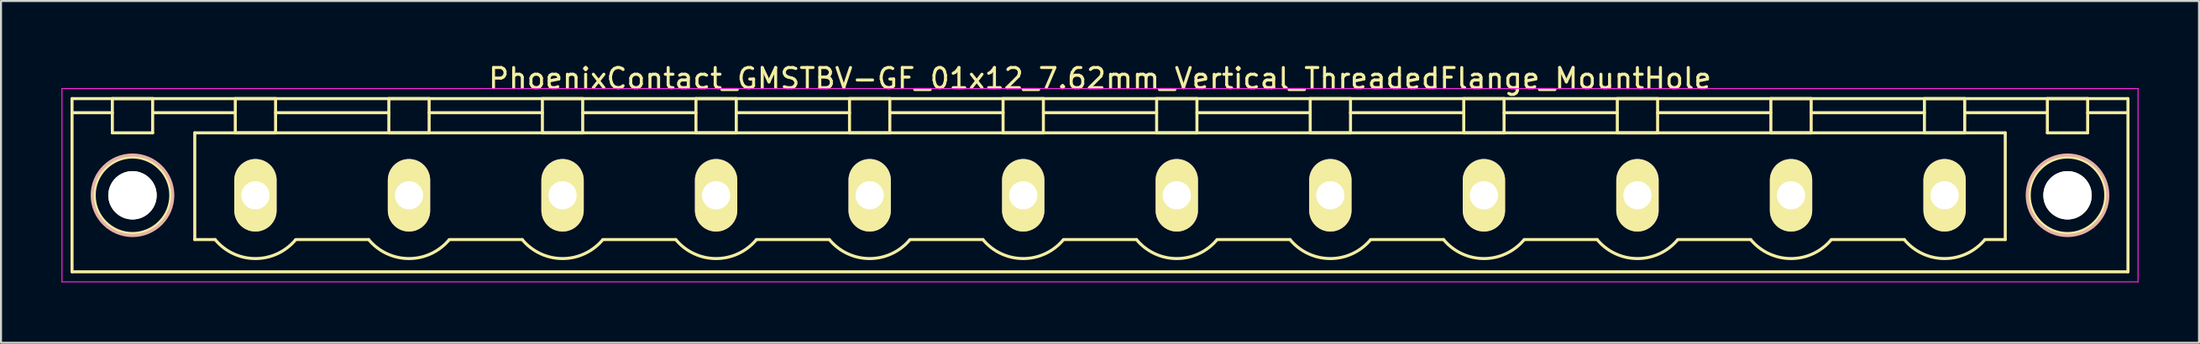
<source format=kicad_pcb>
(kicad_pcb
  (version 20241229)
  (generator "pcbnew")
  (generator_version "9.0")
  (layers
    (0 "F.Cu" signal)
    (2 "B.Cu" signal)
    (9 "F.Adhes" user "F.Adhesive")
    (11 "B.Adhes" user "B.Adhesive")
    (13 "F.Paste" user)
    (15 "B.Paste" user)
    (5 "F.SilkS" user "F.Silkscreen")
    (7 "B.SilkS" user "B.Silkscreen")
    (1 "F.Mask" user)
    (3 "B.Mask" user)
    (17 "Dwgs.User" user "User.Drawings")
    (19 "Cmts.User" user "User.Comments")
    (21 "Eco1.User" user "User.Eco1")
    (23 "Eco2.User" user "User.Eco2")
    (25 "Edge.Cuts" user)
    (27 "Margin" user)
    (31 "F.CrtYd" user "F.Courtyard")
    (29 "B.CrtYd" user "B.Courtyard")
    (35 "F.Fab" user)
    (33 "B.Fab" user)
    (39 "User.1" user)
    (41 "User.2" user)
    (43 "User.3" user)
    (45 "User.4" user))
  (footprint "PhoenixContact_GMSTBV-GF_01x12_7.62mm_Vertical_ThreadedFlange_MountHole"
    (layer "F.Cu")
    (at 9.625 6.648)
    (property "Reference" "PhoenixContact_GMSTBV-GF_01x12_7.62mm_Vertical_ThreadedFlange_MountHole" (at 41.91 -5.8 0) (layer "F.SilkS") (effects (font (size 1 1) (thickness 0.15))))
    (attr through_hole)
    (fp_line (start -9.1 -4.8) (end -9.1 3.8) (stroke (width 0.15) (type solid)) (layer "F.SilkS"))
    (fp_line (start -9.1 -4.1) (end -7.1 -4.1) (stroke (width 0.15) (type solid)) (layer "F.SilkS"))
    (fp_line (start -9.1 3.8) (end 92.92 3.8) (stroke (width 0.15) (type solid)) (layer "F.SilkS"))
    (fp_line (start -7.1 -4.8) (end -5.1 -4.8) (stroke (width 0.15) (type solid)) (layer "F.SilkS"))
    (fp_line (start -7.1 -3.1) (end -7.1 -4.8) (stroke (width 0.15) (type solid)) (layer "F.SilkS"))
    (fp_line (start -5.1 -4.8) (end -5.1 -3.1) (stroke (width 0.15) (type solid)) (layer "F.SilkS"))
    (fp_line (start -5.1 -4.1) (end -1 -4.1) (stroke (width 0.15) (type solid)) (layer "F.SilkS"))
    (fp_line (start -5.1 -3.1) (end -7.1 -3.1) (stroke (width 0.15) (type solid)) (layer "F.SilkS"))
    (fp_line (start -3.01 -3.1) (end 86.83 -3.1) (stroke (width 0.15) (type solid)) (layer "F.SilkS"))
    (fp_line (start -3.01 2.2) (end -3.01 -3.1) (stroke (width 0.15) (type solid)) (layer "F.SilkS"))
    (fp_line (start -2 2.2) (end -3.01 2.2) (stroke (width 0.15) (type solid)) (layer "F.SilkS"))
    (fp_line (start -1 -4.8) (end 1 -4.8) (stroke (width 0.15) (type solid)) (layer "F.SilkS"))
    (fp_line (start -1 -3.1) (end -1 -4.8) (stroke (width 0.15) (type solid)) (layer "F.SilkS"))
    (fp_line (start 1 -4.8) (end 1 -3.1) (stroke (width 0.15) (type solid)) (layer "F.SilkS"))
    (fp_line (start 1 -4.1) (end 6.62 -4.1) (stroke (width 0.15) (type solid)) (layer "F.SilkS"))
    (fp_line (start 1 -3.1) (end -1 -3.1) (stroke (width 0.15) (type solid)) (layer "F.SilkS"))
    (fp_line (start 2 2.2) (end 5.62 2.2) (stroke (width 0.15) (type solid)) (layer "F.SilkS"))
    (fp_line (start 6.62 -4.8) (end 8.62 -4.8) (stroke (width 0.15) (type solid)) (layer "F.SilkS"))
    (fp_line (start 6.62 -3.1) (end 6.62 -4.8) (stroke (width 0.15) (type solid)) (layer "F.SilkS"))
    (fp_line (start 8.62 -4.8) (end 8.62 -3.1) (stroke (width 0.15) (type solid)) (layer "F.SilkS"))
    (fp_line (start 8.62 -4.1) (end 14.24 -4.1) (stroke (width 0.15) (type solid)) (layer "F.SilkS"))
    (fp_line (start 8.62 -3.1) (end 6.62 -3.1) (stroke (width 0.15) (type solid)) (layer "F.SilkS"))
    (fp_line (start 9.62 2.2) (end 13.24 2.2) (stroke (width 0.15) (type solid)) (layer "F.SilkS"))
    (fp_line (start 14.24 -4.8) (end 16.24 -4.8) (stroke (width 0.15) (type solid)) (layer "F.SilkS"))
    (fp_line (start 14.24 -3.1) (end 14.24 -4.8) (stroke (width 0.15) (type solid)) (layer "F.SilkS"))
    (fp_line (start 16.24 -4.8) (end 16.24 -3.1) (stroke (width 0.15) (type solid)) (layer "F.SilkS"))
    (fp_line (start 16.24 -4.1) (end 21.86 -4.1) (stroke (width 0.15) (type solid)) (layer "F.SilkS"))
    (fp_line (start 16.24 -3.1) (end 14.24 -3.1) (stroke (width 0.15) (type solid)) (layer "F.SilkS"))
    (fp_line (start 17.24 2.2) (end 20.86 2.2) (stroke (width 0.15) (type solid)) (layer "F.SilkS"))
    (fp_line (start 21.86 -4.8) (end 23.86 -4.8) (stroke (width 0.15) (type solid)) (layer "F.SilkS"))
    (fp_line (start 21.86 -3.1) (end 21.86 -4.8) (stroke (width 0.15) (type solid)) (layer "F.SilkS"))
    (fp_line (start 23.86 -4.8) (end 23.86 -3.1) (stroke (width 0.15) (type solid)) (layer "F.SilkS"))
    (fp_line (start 23.86 -4.1) (end 29.48 -4.1) (stroke (width 0.15) (type solid)) (layer "F.SilkS"))
    (fp_line (start 23.86 -3.1) (end 21.86 -3.1) (stroke (width 0.15) (type solid)) (layer "F.SilkS"))
    (fp_line (start 24.86 2.2) (end 28.48 2.2) (stroke (width 0.15) (type solid)) (layer "F.SilkS"))
    (fp_line (start 29.48 -4.8) (end 31.48 -4.8) (stroke (width 0.15) (type solid)) (layer "F.SilkS"))
    (fp_line (start 29.48 -3.1) (end 29.48 -4.8) (stroke (width 0.15) (type solid)) (layer "F.SilkS"))
    (fp_line (start 31.48 -4.8) (end 31.48 -3.1) (stroke (width 0.15) (type solid)) (layer "F.SilkS"))
    (fp_line (start 31.48 -4.1) (end 37.1 -4.1) (stroke (width 0.15) (type solid)) (layer "F.SilkS"))
    (fp_line (start 31.48 -3.1) (end 29.48 -3.1) (stroke (width 0.15) (type solid)) (layer "F.SilkS"))
    (fp_line (start 32.48 2.2) (end 36.1 2.2) (stroke (width 0.15) (type solid)) (layer "F.SilkS"))
    (fp_line (start 37.1 -4.8) (end 39.1 -4.8) (stroke (width 0.15) (type solid)) (layer "F.SilkS"))
    (fp_line (start 37.1 -3.1) (end 37.1 -4.8) (stroke (width 0.15) (type solid)) (layer "F.SilkS"))
    (fp_line (start 39.1 -4.8) (end 39.1 -3.1) (stroke (width 0.15) (type solid)) (layer "F.SilkS"))
    (fp_line (start 39.1 -4.1) (end 44.72 -4.1) (stroke (width 0.15) (type solid)) (layer "F.SilkS"))
    (fp_line (start 39.1 -3.1) (end 37.1 -3.1) (stroke (width 0.15) (type solid)) (layer "F.SilkS"))
    (fp_line (start 40.1 2.2) (end 43.72 2.2) (stroke (width 0.15) (type solid)) (layer "F.SilkS"))
    (fp_line (start 44.72 -4.8) (end 46.72 -4.8) (stroke (width 0.15) (type solid)) (layer "F.SilkS"))
    (fp_line (start 44.72 -3.1) (end 44.72 -4.8) (stroke (width 0.15) (type solid)) (layer "F.SilkS"))
    (fp_line (start 46.72 -4.8) (end 46.72 -3.1) (stroke (width 0.15) (type solid)) (layer "F.SilkS"))
    (fp_line (start 46.72 -4.1) (end 52.34 -4.1) (stroke (width 0.15) (type solid)) (layer "F.SilkS"))
    (fp_line (start 46.72 -3.1) (end 44.72 -3.1) (stroke (width 0.15) (type solid)) (layer "F.SilkS"))
    (fp_line (start 47.72 2.2) (end 51.34 2.2) (stroke (width 0.15) (type solid)) (layer "F.SilkS"))
    (fp_line (start 52.34 -4.8) (end 54.34 -4.8) (stroke (width 0.15) (type solid)) (layer "F.SilkS"))
    (fp_line (start 52.34 -3.1) (end 52.34 -4.8) (stroke (width 0.15) (type solid)) (layer "F.SilkS"))
    (fp_line (start 54.34 -4.8) (end 54.34 -3.1) (stroke (width 0.15) (type solid)) (layer "F.SilkS"))
    (fp_line (start 54.34 -4.1) (end 59.96 -4.1) (stroke (width 0.15) (type solid)) (layer "F.SilkS"))
    (fp_line (start 54.34 -3.1) (end 52.34 -3.1) (stroke (width 0.15) (type solid)) (layer "F.SilkS"))
    (fp_line (start 55.34 2.2) (end 58.96 2.2) (stroke (width 0.15) (type solid)) (layer "F.SilkS"))
    (fp_line (start 59.96 -4.8) (end 61.96 -4.8) (stroke (width 0.15) (type solid)) (layer "F.SilkS"))
    (fp_line (start 59.96 -3.1) (end 59.96 -4.8) (stroke (width 0.15) (type solid)) (layer "F.SilkS"))
    (fp_line (start 61.96 -4.8) (end 61.96 -3.1) (stroke (width 0.15) (type solid)) (layer "F.SilkS"))
    (fp_line (start 61.96 -4.1) (end 67.58 -4.1) (stroke (width 0.15) (type solid)) (layer "F.SilkS"))
    (fp_line (start 61.96 -3.1) (end 59.96 -3.1) (stroke (width 0.15) (type solid)) (layer "F.SilkS"))
    (fp_line (start 62.96 2.2) (end 66.58 2.2) (stroke (width 0.15) (type solid)) (layer "F.SilkS"))
    (fp_line (start 67.58 -4.8) (end 69.58 -4.8) (stroke (width 0.15) (type solid)) (layer "F.SilkS"))
    (fp_line (start 67.58 -3.1) (end 67.58 -4.8) (stroke (width 0.15) (type solid)) (layer "F.SilkS"))
    (fp_line (start 69.58 -4.8) (end 69.58 -3.1) (stroke (width 0.15) (type solid)) (layer "F.SilkS"))
    (fp_line (start 69.58 -4.1) (end 75.2 -4.1) (stroke (width 0.15) (type solid)) (layer "F.SilkS"))
    (fp_line (start 69.58 -3.1) (end 67.58 -3.1) (stroke (width 0.15) (type solid)) (layer "F.SilkS"))
    (fp_line (start 70.58 2.2) (end 74.2 2.2) (stroke (width 0.15) (type solid)) (layer "F.SilkS"))
    (fp_line (start 75.2 -4.8) (end 77.2 -4.8) (stroke (width 0.15) (type solid)) (layer "F.SilkS"))
    (fp_line (start 75.2 -3.1) (end 75.2 -4.8) (stroke (width 0.15) (type solid)) (layer "F.SilkS"))
    (fp_line (start 77.2 -4.8) (end 77.2 -3.1) (stroke (width 0.15) (type solid)) (layer "F.SilkS"))
    (fp_line (start 77.2 -4.1) (end 82.82 -4.1) (stroke (width 0.15) (type solid)) (layer "F.SilkS"))
    (fp_line (start 77.2 -3.1) (end 75.2 -3.1) (stroke (width 0.15) (type solid)) (layer "F.SilkS"))
    (fp_line (start 78.2 2.2) (end 81.82 2.2) (stroke (width 0.15) (type solid)) (layer "F.SilkS"))
    (fp_line (start 82.82 -4.8) (end 84.82 -4.8) (stroke (width 0.15) (type solid)) (layer "F.SilkS"))
    (fp_line (start 82.82 -3.1) (end 82.82 -4.8) (stroke (width 0.15) (type solid)) (layer "F.SilkS"))
    (fp_line (start 84.82 -4.8) (end 84.82 -3.1) (stroke (width 0.15) (type solid)) (layer "F.SilkS"))
    (fp_line (start 84.82 -4.1) (end 88.92 -4.1) (stroke (width 0.15) (type solid)) (layer "F.SilkS"))
    (fp_line (start 84.82 -3.1) (end 82.82 -3.1) (stroke (width 0.15) (type solid)) (layer "F.SilkS"))
    (fp_line (start 86.83 -3.1) (end 86.83 2.2) (stroke (width 0.15) (type solid)) (layer "F.SilkS"))
    (fp_line (start 86.83 2.2) (end 85.82 2.2) (stroke (width 0.15) (type solid)) (layer "F.SilkS"))
    (fp_line (start 88.92 -4.8) (end 90.92 -4.8) (stroke (width 0.15) (type solid)) (layer "F.SilkS"))
    (fp_line (start 88.92 -3.1) (end 88.92 -4.8) (stroke (width 0.15) (type solid)) (layer "F.SilkS"))
    (fp_line (start 90.92 -4.8) (end 90.92 -3.1) (stroke (width 0.15) (type solid)) (layer "F.SilkS"))
    (fp_line (start 90.92 -3.1) (end 88.92 -3.1) (stroke (width 0.15) (type solid)) (layer "F.SilkS"))
    (fp_line (start 92.92 -4.8) (end -9.1 -4.8) (stroke (width 0.15) (type solid)) (layer "F.SilkS"))
    (fp_line (start 92.92 -4.1) (end 90.92 -4.1) (stroke (width 0.15) (type solid)) (layer "F.SilkS"))
    (fp_line (start 92.92 3.8) (end 92.92 -4.8) (stroke (width 0.15) (type solid)) (layer "F.SilkS"))
    (fp_arc (start 1.986842 2.215821) (mid -0.010289 3.142758) (end -2 2.2) (stroke (width 0.15) (type solid)) (layer "F.SilkS"))
    (fp_arc (start 9.606842 2.215821) (mid 7.609711 3.142758) (end 5.62 2.2) (stroke (width 0.15) (type solid)) (layer "F.SilkS"))
    (fp_arc (start 17.226842 2.215821) (mid 15.229711 3.142758) (end 13.24 2.2) (stroke (width 0.15) (type solid)) (layer "F.SilkS"))
    (fp_arc (start 24.846842 2.215821) (mid 22.849711 3.142758) (end 20.86 2.2) (stroke (width 0.15) (type solid)) (layer "F.SilkS"))
    (fp_arc (start 32.466842 2.215821) (mid 30.469711 3.142758) (end 28.48 2.2) (stroke (width 0.15) (type solid)) (layer "F.SilkS"))
    (fp_arc (start 40.086842 2.215821) (mid 38.089711 3.142758) (end 36.1 2.2) (stroke (width 0.15) (type solid)) (layer "F.SilkS"))
    (fp_arc (start 47.706842 2.215821) (mid 45.709711 3.142758) (end 43.72 2.2) (stroke (width 0.15) (type solid)) (layer "F.SilkS"))
    (fp_arc (start 55.326842 2.215821) (mid 53.329711 3.142758) (end 51.34 2.2) (stroke (width 0.15) (type solid)) (layer "F.SilkS"))
    (fp_arc (start 62.946842 2.215821) (mid 60.949711 3.142758) (end 58.96 2.2) (stroke (width 0.15) (type solid)) (layer "F.SilkS"))
    (fp_arc (start 70.566842 2.215821) (mid 68.569711 3.142758) (end 66.58 2.2) (stroke (width 0.15) (type solid)) (layer "F.SilkS"))
    (fp_arc (start 78.186842 2.215821) (mid 76.189711 3.142758) (end 74.2 2.2) (stroke (width 0.15) (type solid)) (layer "F.SilkS"))
    (fp_arc (start 85.806842 2.215821) (mid 83.809711 3.142758) (end 81.82 2.2) (stroke (width 0.15) (type solid)) (layer "F.SilkS"))
    (fp_circle (center -6.1 0) (end -5.1 0) (stroke (width 0.15) (type solid)) (fill no) (layer "F.SilkS"))
    (fp_circle (center -6.1 0) (end -4.2 0) (stroke (width 0.15) (type solid)) (fill no) (layer "F.SilkS"))
    (fp_circle (center 89.92 0) (end 90.92 0) (stroke (width 0.15) (type solid)) (fill no) (layer "F.SilkS"))
    (fp_circle (center 89.92 0) (end 91.82 0) (stroke (width 0.15) (type solid)) (fill no) (layer "F.SilkS"))
    (fp_circle (center -6.1 0) (end -4.1 0) (stroke (width 0.15) (type solid)) (fill no) (layer "B.SilkS"))
    (fp_circle (center 89.92 0) (end 91.92 0) (stroke (width 0.15) (type solid)) (fill no) (layer "B.SilkS"))
    (fp_line (start -9.6 -5.3) (end -9.6 4.3) (stroke (width 0.05) (type solid)) (layer "F.CrtYd"))
    (fp_line (start -9.6 4.3) (end 93.42 4.3) (stroke (width 0.05) (type solid)) (layer "F.CrtYd"))
    (fp_line (start 93.42 -5.3) (end -9.6 -5.3) (stroke (width 0.05) (type solid)) (layer "F.CrtYd"))
    (fp_line (start 93.42 4.3) (end 93.42 -5.3) (stroke (width 0.05) (type solid)) (layer "F.CrtYd"))
    (pad "" np_thru_hole circle (at -6.1 0) (size 2.4 2.4) (drill 2.4) (layers "*.Cu" "*.Mask" "F.SilkS"))
    (pad "" np_thru_hole circle (at 89.92 0) (size 2.4 2.4) (drill 2.4) (layers "*.Cu" "*.Mask" "F.SilkS"))
    (pad "1" thru_hole oval (at 0 0) (size 2.1 3.6) (drill 1.4) (layers "*.Cu" "*.Mask" "F.SilkS"))
    (pad "2" thru_hole oval (at 7.62 0) (size 2.1 3.6) (drill 1.4) (layers "*.Cu" "*.Mask" "F.SilkS"))
    (pad "3" thru_hole oval (at 15.24 0) (size 2.1 3.6) (drill 1.4) (layers "*.Cu" "*.Mask" "F.SilkS"))
    (pad "4" thru_hole oval (at 22.86 0) (size 2.1 3.6) (drill 1.4) (layers "*.Cu" "*.Mask" "F.SilkS"))
    (pad "5" thru_hole oval (at 30.48 0) (size 2.1 3.6) (drill 1.4) (layers "*.Cu" "*.Mask" "F.SilkS"))
    (pad "6" thru_hole oval (at 38.1 0) (size 2.1 3.6) (drill 1.4) (layers "*.Cu" "*.Mask" "F.SilkS"))
    (pad "7" thru_hole oval (at 45.72 0) (size 2.1 3.6) (drill 1.4) (layers "*.Cu" "*.Mask" "F.SilkS"))
    (pad "8" thru_hole oval (at 53.34 0) (size 2.1 3.6) (drill 1.4) (layers "*.Cu" "*.Mask" "F.SilkS"))
    (pad "9" thru_hole oval (at 60.96 0) (size 2.1 3.6) (drill 1.4) (layers "*.Cu" "*.Mask" "F.SilkS"))
    (pad "10" thru_hole oval (at 68.58 0) (size 2.1 3.6) (drill 1.4) (layers "*.Cu" "*.Mask" "F.SilkS"))
    (pad "11" thru_hole oval (at 76.2 0) (size 2.1 3.6) (drill 1.4) (layers "*.Cu" "*.Mask" "F.SilkS"))
    (pad "12" thru_hole oval (at 83.82 0) (size 2.1 3.6) (drill 1.4) (layers "*.Cu" "*.Mask" "F.SilkS")))
  (gr_rect
    (start -3 -3)
    (end 106.07 13.973)
    (stroke (width 0.1) (type default))
    (fill no)
    (layer "Edge.Cuts")))
</source>
